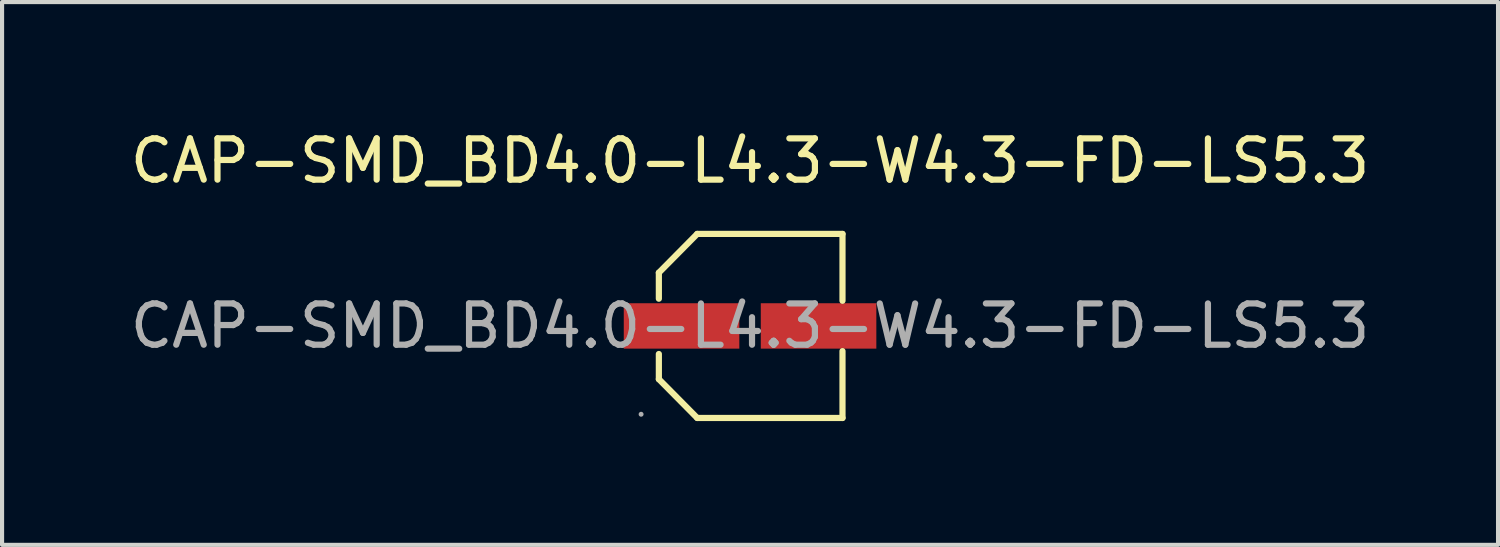
<source format=kicad_pcb>
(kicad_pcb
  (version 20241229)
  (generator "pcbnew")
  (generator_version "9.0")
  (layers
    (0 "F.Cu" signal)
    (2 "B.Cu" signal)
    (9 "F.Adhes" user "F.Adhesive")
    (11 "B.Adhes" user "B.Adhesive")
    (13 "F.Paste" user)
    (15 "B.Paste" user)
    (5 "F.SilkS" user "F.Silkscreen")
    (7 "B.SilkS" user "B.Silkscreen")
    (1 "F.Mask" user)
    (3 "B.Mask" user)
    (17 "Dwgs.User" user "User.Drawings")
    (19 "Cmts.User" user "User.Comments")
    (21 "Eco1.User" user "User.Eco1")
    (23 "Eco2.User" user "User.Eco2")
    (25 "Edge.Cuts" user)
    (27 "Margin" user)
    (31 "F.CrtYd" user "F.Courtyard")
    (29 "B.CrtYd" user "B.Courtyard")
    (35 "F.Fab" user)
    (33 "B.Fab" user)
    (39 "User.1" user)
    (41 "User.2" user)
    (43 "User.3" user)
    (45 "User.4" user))
  (footprint "CAP-SMD_BD4.0-L4.3-W4.3-FD-LS5.3"
    (layer "F.Cu")
    (at 15.125 4.848)
    (property "Reference" "CAP-SMD_BD4.0-L4.3-W4.3-FD-LS5.3" (at 0 -4 0) (layer "F.SilkS") (effects (font (size 1 1) (thickness 0.15))))
    (attr through_hole)
    (fp_line (start -2.21 -1.29) (end -2.21 -0.66) (stroke (width 0.15) (type solid)) (layer "F.SilkS"))
    (fp_line (start -2.21 1.29) (end -2.21 0.68) (stroke (width 0.15) (type solid)) (layer "F.SilkS"))
    (fp_line (start -1.28 -2.23) (end -2.21 -1.29) (stroke (width 0.15) (type solid)) (layer "F.SilkS"))
    (fp_line (start -1.28 2.23) (end -2.21 1.29) (stroke (width 0.15) (type solid)) (layer "F.SilkS"))
    (fp_line (start 2.24 -2.23) (end -1.28 -2.23) (stroke (width 0.15) (type solid)) (layer "F.SilkS"))
    (fp_line (start 2.24 -0.61) (end 2.24 -2.23) (stroke (width 0.15) (type solid)) (layer "F.SilkS"))
    (fp_line (start 2.24 0.61) (end 2.24 2.23) (stroke (width 0.15) (type solid)) (layer "F.SilkS"))
    (fp_line (start 2.24 2.23) (end -1.28 2.23) (stroke (width 0.15) (type solid)) (layer "F.SilkS"))
    (fp_circle (center -2.64 2.14) (end -2.61 2.14) (stroke (width 0.06) (type solid)) (fill no) (layer "F.Fab"))
    (fp_text user "${REFERENCE}" (at 0 0 0) (layer "F.Fab") (effects (font (size 1 1) (thickness 0.15))))
    (pad "1" smd rect (at -1.66 0) (size 2.8 1.1) (layers "F.Cu" "F.Mask" "F.Paste"))
    (pad "2" smd rect (at 1.66 0) (size 2.8 1.1) (layers "F.Cu" "F.Mask" "F.Paste")))
  (gr_rect
    (start -3 -3)
    (end 33.25 10.153)
    (stroke (width 0.1) (type default))
    (fill no)
    (layer "Edge.Cuts")))
</source>
